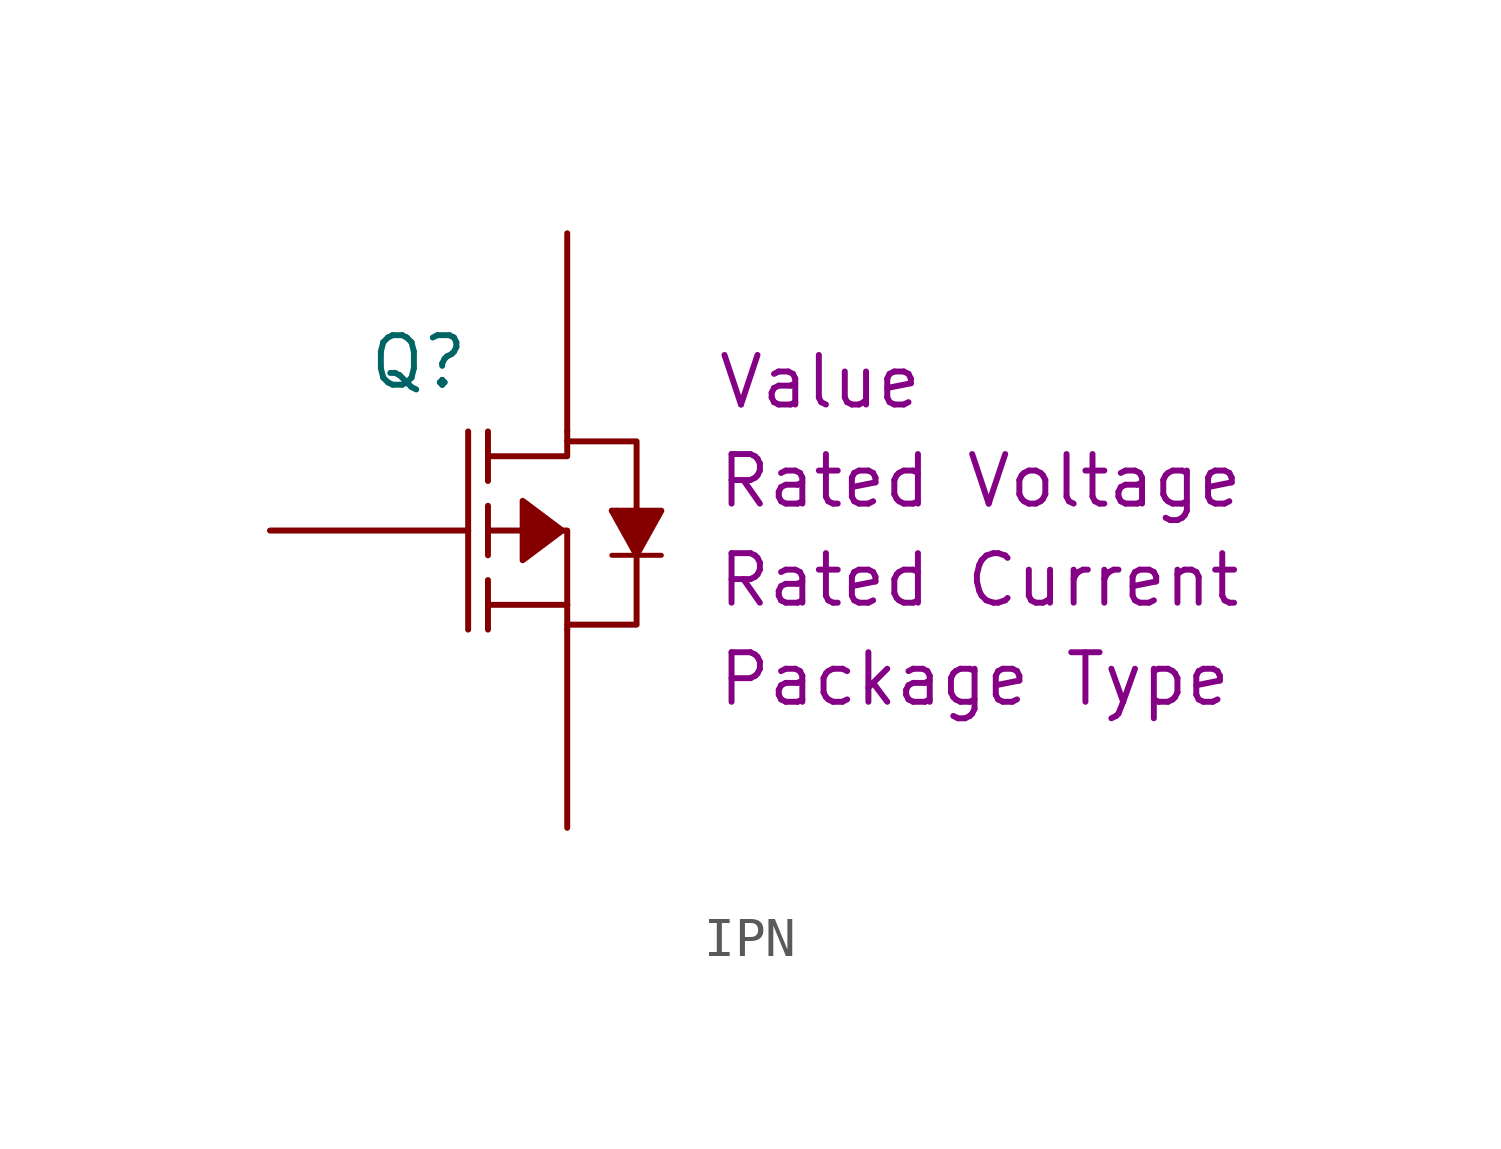
<source format=kicad_sym>
(kicad_symbol_lib
  (version 20211014)
  (generator kicad_symbol_editor)
  (symbol "IPN"
    (pin_numbers hide)
    (pin_names
      (offset 0) hide)
    (property "Reference" "Q"
      (at 0 4.318 0)
      (effects (font (size 1.27 1.27))))
    (property "Part Number" "Value"
      (at 7.62 3.81 0)
      (effects (font (size 1.27 1.27)) (justify left)))
    (property "Rated Voltage (Volt)" "Rated Voltage"
      (at 7.62 1.27 0)
      (effects (font (size 1.27 1.27)) (justify left)))
    (property "Rated Current (Amps)" "Rated Current"
      (at 7.62 -1.27 0)
      (effects (font (size 1.27 1.27)) (justify left)))
    (property "Package Type" "Package Type"
      (at 7.62 -3.81 0)
      (effects (font (size 1.27 1.27)) (justify left)))
    (symbol "IPN_0_1"
      (polyline (pts (xy 1.27 0) (xy 1.27 -2.54)) (stroke (width 0) (type default) (color 0 0 0 0)) (fill (type none)))
      (polyline (pts (xy 1.27 0) (xy 1.27 2.54)) (stroke (width 0) (type default) (color 0 0 0 0)) (fill (type none)))
      (polyline (pts (xy 1.778 -1.905) (xy 3.81 -1.905)) (stroke (width 0) (type default) (color 0 0 0 0)) (fill (type none)))
      (polyline (pts (xy 1.778 -1.27) (xy 1.778 -2.54)) (stroke (width 0) (type default) (color 0 0 0 0)) (fill (type none)))
      (polyline (pts (xy 1.778 -0.635) (xy 1.778 0.635)) (stroke (width 0) (type default) (color 0 0 0 0)) (fill (type none)))
      (polyline (pts (xy 1.778 0) (xy 2.667 0)) (stroke (width 0) (type default) (color 0 0 0 0)) (fill (type none)))
      (polyline (pts (xy 1.778 1.27) (xy 1.778 2.54)) (stroke (width 0) (type default) (color 0 0 0 0)) (fill (type none)))
      (polyline (pts (xy 3.81 -2.54) (xy 3.81 -1.905)) (stroke (width 0) (type default) (color 0 0 0 0)) (fill (type none)))
      (polyline (pts (xy 4.953 -0.635) (xy 6.223 -0.635)) (stroke (width 0.127) (type default) (color 0 0 0 0)) (fill (type none)))
      (polyline (pts (xy 5.08 0.508) (xy 4.953 0.508)) (stroke (width 0) (type default) (color 0 0 0 0)) (fill (type none)))
      (polyline (pts (xy 1.778 1.905) (xy 3.81 1.905) (xy 3.81 2.54)) (stroke (width 0) (type default) (color 0 0 0 0)) (fill (type none)))
      (polyline (pts (xy 3.683 0) (xy 3.81 0) (xy 3.81 -1.905)) (stroke (width 0) (type default) (color 0 0 0 0)) (fill (type none)))
      (polyline (pts (xy 5.588 -0.635) (xy 5.588 -2.413) (xy 3.81 -2.413)) (stroke (width 0) (type default) (color 0 0 0 0)) (fill (type none)))
      (polyline (pts (xy 5.588 0.508) (xy 5.588 2.286) (xy 3.81 2.286)) (stroke (width 0) (type default) (color 0 0 0 0)) (fill (type none)))
      (polyline (pts (xy 3.683 0) (xy 2.667 0.762) (xy 2.667 -0.762) (xy 3.683 0)) (stroke (width 0) (type default) (color 0 0 0 0)) (fill (type outline)))
      (polyline (pts (xy 4.953 0.508) (xy 5.588 -0.635) (xy 6.223 0.508) (xy 5.08 0.508)) (stroke (width 0) (type default) (color 0 0 0 0)) (fill (type outline))))
    (symbol "IPN_1_1"
      (pin bidirectional line (at 3.81 7.62 270) (length 5.08) (name "D" (effects (font (size 1.27 1.27)))) (number "~" (effects (font (size 1.27 1.27)))))
      (pin input line (at -3.81 0 0) (length 5.08) (name "G" (effects (font (size 1.27 1.27)))) (number "~" (effects (font (size 1.27 1.27)))))
      (pin bidirectional line (at 3.81 -7.62 90) (length 5.08) (name "S" (effects (font (size 1.27 1.27)))) (number "~" (effects (font (size 1.27 1.27))))))))
</source>
